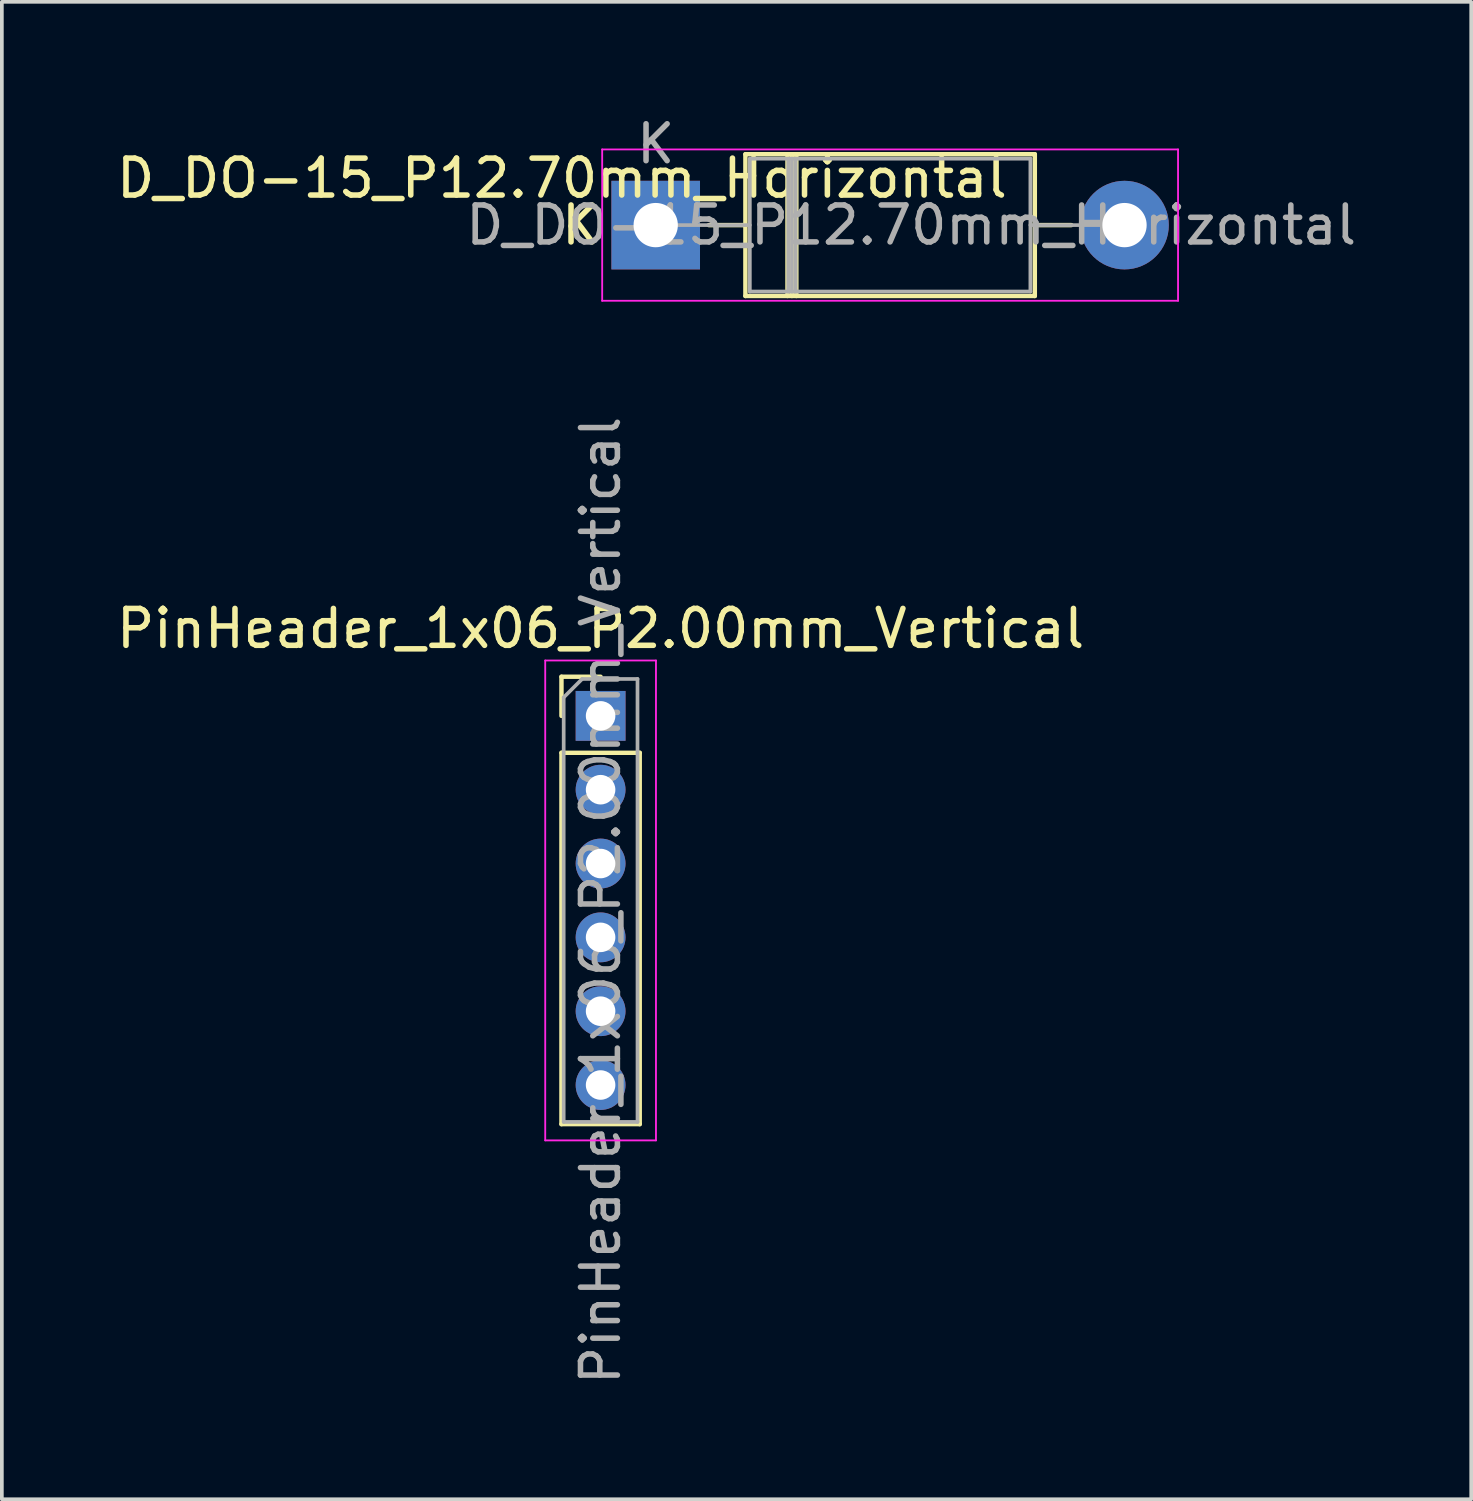
<source format=kicad_pcb>
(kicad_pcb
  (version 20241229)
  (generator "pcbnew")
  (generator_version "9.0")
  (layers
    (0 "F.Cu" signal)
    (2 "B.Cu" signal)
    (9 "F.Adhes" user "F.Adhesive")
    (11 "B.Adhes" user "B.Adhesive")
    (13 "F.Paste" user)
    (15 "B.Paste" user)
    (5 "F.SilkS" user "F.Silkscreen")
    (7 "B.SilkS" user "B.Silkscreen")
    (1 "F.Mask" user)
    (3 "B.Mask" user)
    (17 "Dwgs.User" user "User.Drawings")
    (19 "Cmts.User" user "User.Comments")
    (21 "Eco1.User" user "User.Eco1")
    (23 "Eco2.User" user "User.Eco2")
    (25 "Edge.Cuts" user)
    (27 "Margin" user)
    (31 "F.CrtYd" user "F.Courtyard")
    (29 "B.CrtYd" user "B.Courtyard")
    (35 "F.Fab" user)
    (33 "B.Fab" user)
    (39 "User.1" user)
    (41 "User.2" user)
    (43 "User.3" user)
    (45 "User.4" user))
  (footprint "PinHeader_1x06_P2.00mm_Vertical"
    (layer "F.Cu")
    (at 13.22 16.343)
    (property "Reference" "PinHeader_1x06_P2.00mm_Vertical" (at 0 -2.366 180) (layer "F.SilkS") (effects (font (size 1 1) (thickness 0.15))))
    (attr through_hole)
    (fp_line (start -1.06 -1.06) (end 0 -1.06) (stroke (width 0.12) (type solid)) (layer "F.SilkS"))
    (fp_line (start -1.06 0) (end -1.06 -1.06) (stroke (width 0.12) (type solid)) (layer "F.SilkS"))
    (fp_line (start -1.06 1) (end -1.06 11.06) (stroke (width 0.12) (type solid)) (layer "F.SilkS"))
    (fp_line (start -1.06 1) (end 1.06 1) (stroke (width 0.12) (type solid)) (layer "F.SilkS"))
    (fp_line (start -1.06 11.06) (end 1.06 11.06) (stroke (width 0.12) (type solid)) (layer "F.SilkS"))
    (fp_line (start 1.06 1) (end 1.06 11.06) (stroke (width 0.12) (type solid)) (layer "F.SilkS"))
    (fp_line (start -1.5 -1.5) (end -1.5 11.5) (stroke (width 0.05) (type solid)) (layer "F.CrtYd"))
    (fp_line (start -1.5 11.5) (end 1.5 11.5) (stroke (width 0.05) (type solid)) (layer "F.CrtYd"))
    (fp_line (start 1.5 -1.5) (end -1.5 -1.5) (stroke (width 0.05) (type solid)) (layer "F.CrtYd"))
    (fp_line (start 1.5 11.5) (end 1.5 -1.5) (stroke (width 0.05) (type solid)) (layer "F.CrtYd"))
    (fp_line (start -1 -0.5) (end -0.5 -1) (stroke (width 0.1) (type solid)) (layer "F.Fab"))
    (fp_line (start -1 11) (end -1 -0.5) (stroke (width 0.1) (type solid)) (layer "F.Fab"))
    (fp_line (start -0.5 -1) (end 1 -1) (stroke (width 0.1) (type solid)) (layer "F.Fab"))
    (fp_line (start 1 -1) (end 1 11) (stroke (width 0.1) (type solid)) (layer "F.Fab"))
    (fp_line (start 1 11) (end -1 11) (stroke (width 0.1) (type solid)) (layer "F.Fab"))
    (fp_text user "${REFERENCE}" (at 0 5 270) (layer "F.Fab") (effects (font (size 1 1) (thickness 0.15))))
    (pad "1" thru_hole rect (at 0 0) (size 1.35 1.35) (drill 0.8) (layers "*.Cu" "*.Mask"))
    (pad "2" thru_hole oval (at 0 2) (size 1.35 1.35) (drill 0.8) (layers "*.Cu" "*.Mask"))
    (pad "3" thru_hole oval (at 0 4) (size 1.35 1.35) (drill 0.8) (layers "*.Cu" "*.Mask"))
    (pad "4" thru_hole oval (at 0 6) (size 1.35 1.35) (drill 0.8) (layers "*.Cu" "*.Mask"))
    (pad "5" thru_hole oval (at 0 8) (size 1.35 1.35) (drill 0.8) (layers "*.Cu" "*.Mask"))
    (pad "6" thru_hole oval (at 0 10) (size 1.35 1.35) (drill 0.8) (layers "*.Cu" "*.Mask")))
  (footprint "D_DO-15_P12.70mm_Horizontal"
    (layer "F.Cu")
    (at 14.713 3.048)
    (property "Reference" "D_DO-15_P12.70mm_Horizontal" (at -2.54 -1.27 0) (layer "F.SilkS") (effects (font (size 1 1) (thickness 0.15))))
    (attr through_hole)
    (fp_line (start 1.44 0) (end 2.43 0) (stroke (width 0.12) (type solid)) (layer "F.SilkS"))
    (fp_line (start 2.43 -1.92) (end 2.43 1.92) (stroke (width 0.12) (type solid)) (layer "F.SilkS"))
    (fp_line (start 2.43 1.92) (end 10.27 1.92) (stroke (width 0.12) (type solid)) (layer "F.SilkS"))
    (fp_line (start 3.57 -1.92) (end 3.57 1.92) (stroke (width 0.12) (type solid)) (layer "F.SilkS"))
    (fp_line (start 3.69 -1.92) (end 3.69 1.92) (stroke (width 0.12) (type solid)) (layer "F.SilkS"))
    (fp_line (start 3.81 -1.92) (end 3.81 1.92) (stroke (width 0.12) (type solid)) (layer "F.SilkS"))
    (fp_line (start 10.27 -1.92) (end 2.43 -1.92) (stroke (width 0.12) (type solid)) (layer "F.SilkS"))
    (fp_line (start 10.27 1.92) (end 10.27 -1.92) (stroke (width 0.12) (type solid)) (layer "F.SilkS"))
    (fp_line (start 11.26 0) (end 10.27 0) (stroke (width 0.12) (type solid)) (layer "F.SilkS"))
    (fp_line (start -1.45 -2.05) (end -1.45 2.05) (stroke (width 0.05) (type solid)) (layer "F.CrtYd"))
    (fp_line (start -1.45 2.05) (end 14.15 2.05) (stroke (width 0.05) (type solid)) (layer "F.CrtYd"))
    (fp_line (start 14.15 -2.05) (end -1.45 -2.05) (stroke (width 0.05) (type solid)) (layer "F.CrtYd"))
    (fp_line (start 14.15 2.05) (end 14.15 -2.05) (stroke (width 0.05) (type solid)) (layer "F.CrtYd"))
    (fp_line (start 0 0) (end 2.55 0) (stroke (width 0.1) (type solid)) (layer "F.Fab"))
    (fp_line (start 2.55 -1.8) (end 2.55 1.8) (stroke (width 0.1) (type solid)) (layer "F.Fab"))
    (fp_line (start 2.55 1.8) (end 10.15 1.8) (stroke (width 0.1) (type solid)) (layer "F.Fab"))
    (fp_line (start 3.59 -1.8) (end 3.59 1.8) (stroke (width 0.1) (type solid)) (layer "F.Fab"))
    (fp_line (start 3.69 -1.8) (end 3.69 1.8) (stroke (width 0.1) (type solid)) (layer "F.Fab"))
    (fp_line (start 3.79 -1.8) (end 3.79 1.8) (stroke (width 0.1) (type solid)) (layer "F.Fab"))
    (fp_line (start 10.15 -1.8) (end 2.55 -1.8) (stroke (width 0.1) (type solid)) (layer "F.Fab"))
    (fp_line (start 10.15 1.8) (end 10.15 -1.8) (stroke (width 0.1) (type solid)) (layer "F.Fab"))
    (fp_line (start 12.7 0) (end 10.15 0) (stroke (width 0.1) (type solid)) (layer "F.Fab"))
    (fp_text user "K" (at -2.032 0 0) (layer "F.SilkS") (effects (font (size 1 1) (thickness 0.15))))
    (fp_text user "${REFERENCE}" (at 6.92 0 0) (layer "F.Fab") (effects (font (size 1 1) (thickness 0.15))))
    (fp_text user "K" (at 0 -2.2 0) (layer "F.Fab") (effects (font (size 1 1) (thickness 0.15))))
    (pad "1" thru_hole rect (at 0 0 180) (size 2.4 2.4) (drill 1.2) (layers "*.Cu" "*.Mask"))
    (pad "2" thru_hole oval (at 12.7 0 180) (size 2.4 2.4) (drill 1.2) (layers "*.Cu" "*.Mask")))
  (gr_rect
    (start -3 -3)
    (end 36.805 37.564)
    (stroke (width 0.1) (type default))
    (fill no)
    (layer "Edge.Cuts")))
</source>
